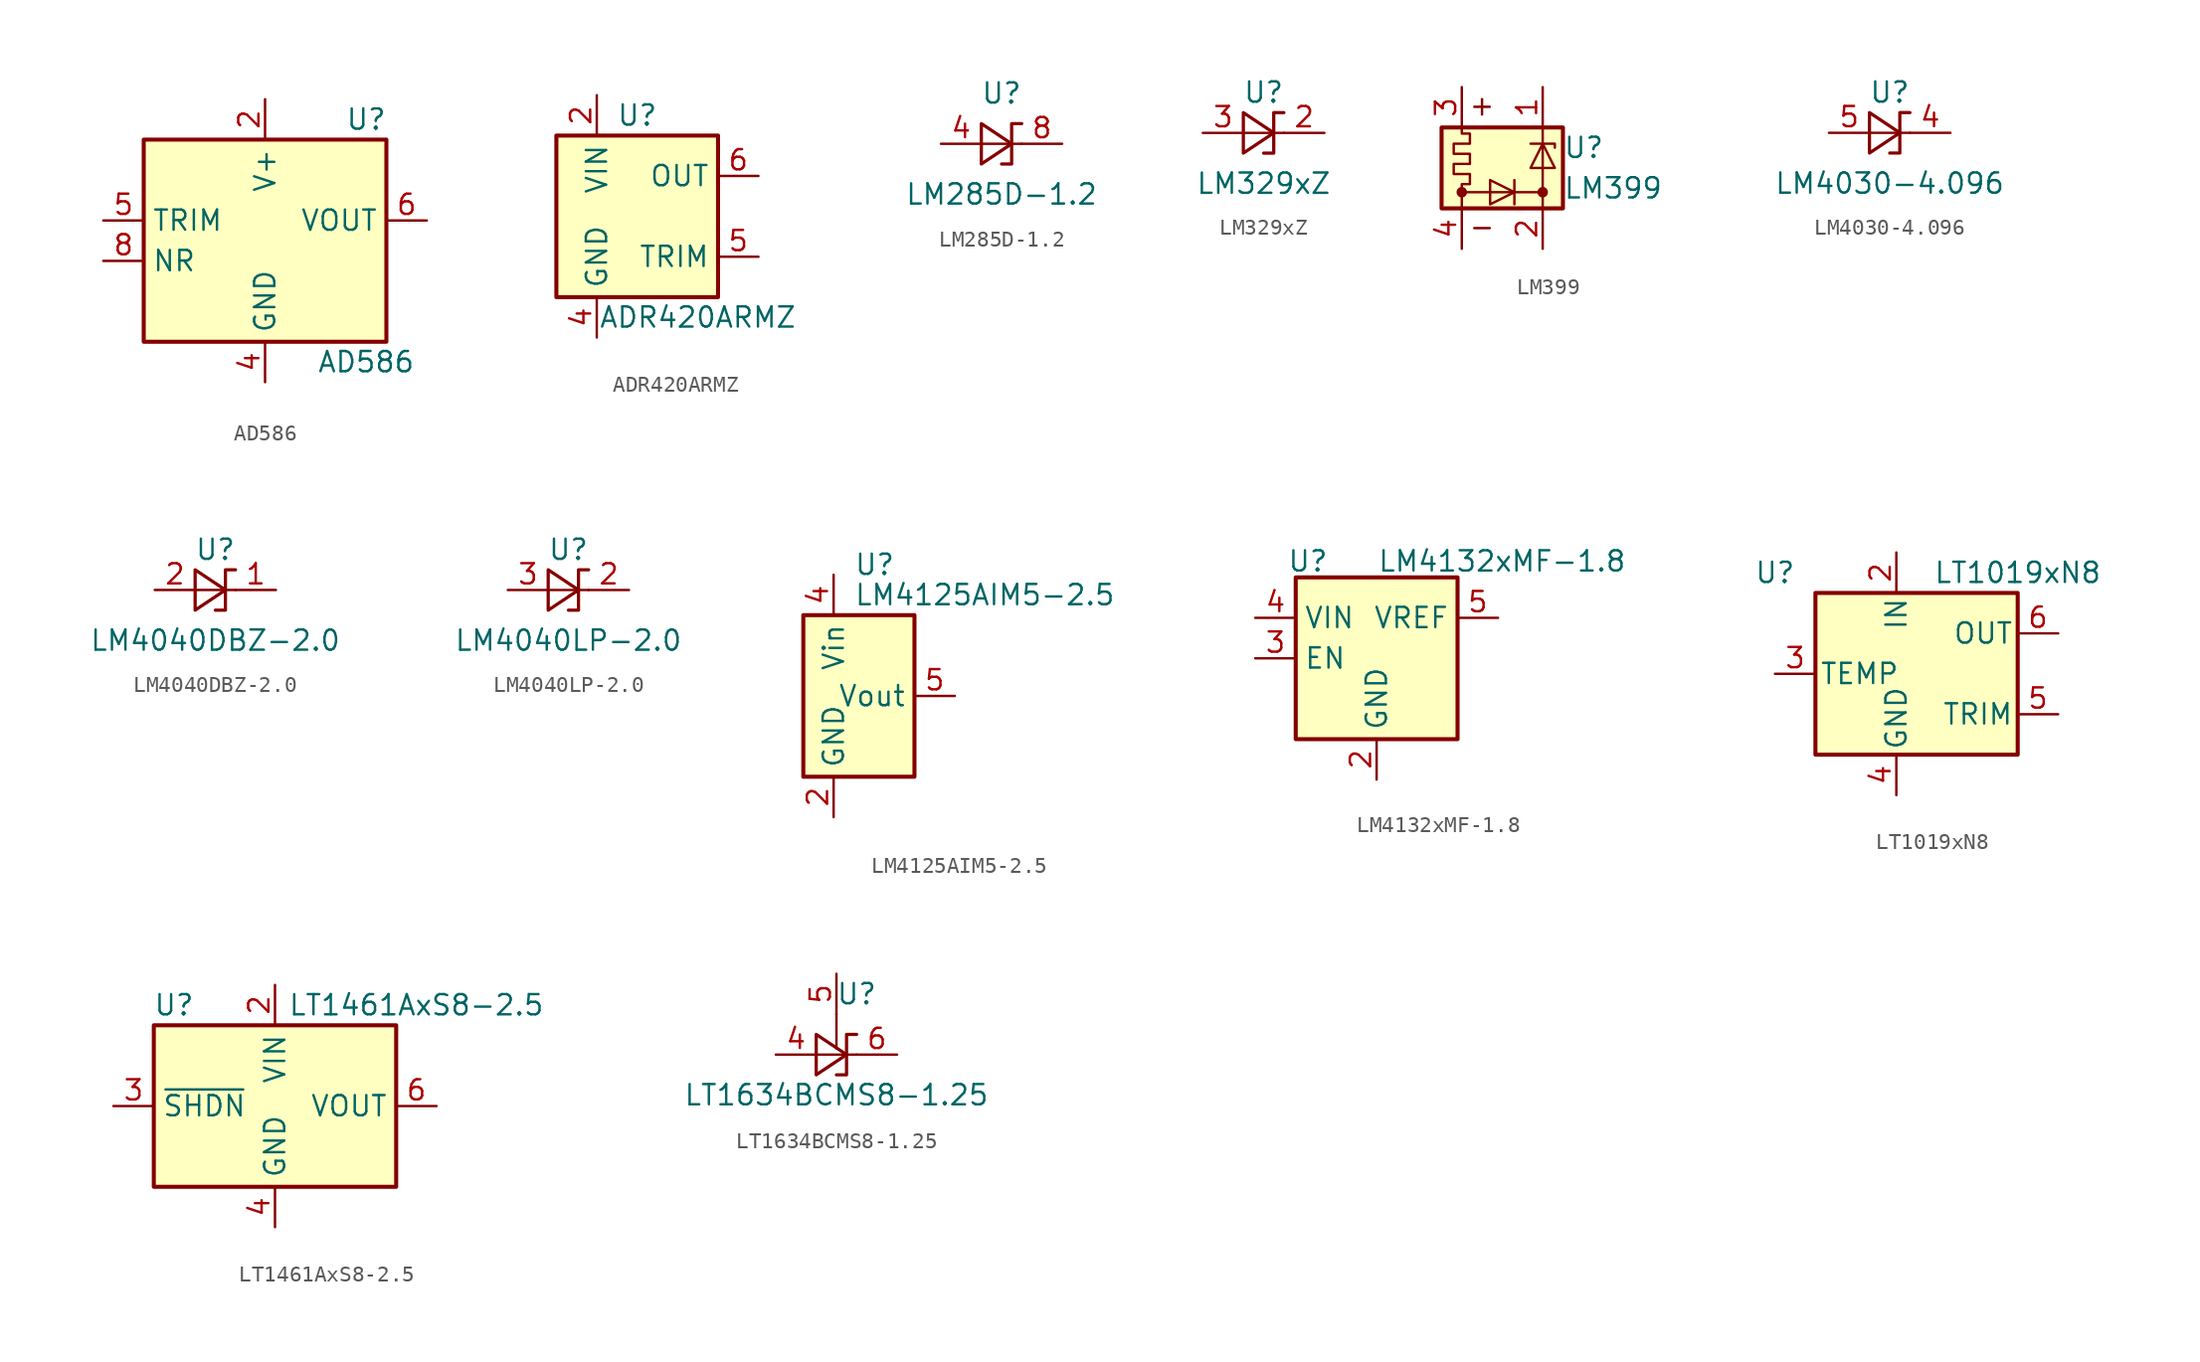
<source format=kicad_sym>
(kicad_symbol_lib
  (version 20220914)
  (generator kicad_symbol_editor)
  (symbol "AD586"
    (property "Reference" "U"
      (at 6.35 6.35 0)
      (effects (font (size 1.27 1.27))))
    (property "Value" "AD586"
      (at 6.35 -8.89 0)
      (effects (font (size 1.27 1.27))))
    (symbol "AD586_0_1"
      (rectangle (start -7.62 5.08) (end 7.62 -7.62) (stroke (width 0.254) (type default)) (fill (type background))))
    (symbol "AD586_1_1"
      (pin no_connect line (at -7.62 2.54 0) (length 2.54) hide (name "NC" (effects (font (size 1.27 1.27)))) (number "1" (effects (font (size 1.27 1.27)))))
      (pin power_in line (at 0 7.62 270) (length 2.54) (name "V+" (effects (font (size 1.27 1.27)))) (number "2" (effects (font (size 1.27 1.27)))))
      (pin no_connect line (at -7.62 -5.08 0) (length 2.54) hide (name "NC" (effects (font (size 1.27 1.27)))) (number "3" (effects (font (size 1.27 1.27)))))
      (pin power_in line (at 0 -10.16 90) (length 2.54) (name "GND" (effects (font (size 1.27 1.27)))) (number "4" (effects (font (size 1.27 1.27)))))
      (pin input line (at -10.16 0 0) (length 2.54) (name "TRIM" (effects (font (size 1.27 1.27)))) (number "5" (effects (font (size 1.27 1.27)))))
      (pin power_out line (at 10.16 0 180) (length 2.54) (name "VOUT" (effects (font (size 1.27 1.27)))) (number "6" (effects (font (size 1.27 1.27)))))
      (pin no_connect line (at 7.62 -5.08 180) (length 2.54) hide (name "NC" (effects (font (size 1.27 1.27)))) (number "7" (effects (font (size 1.27 1.27)))))
      (pin input line (at -10.16 -2.54 0) (length 2.54) (name "NR" (effects (font (size 1.27 1.27)))) (number "8" (effects (font (size 1.27 1.27)))))))
  (symbol "ADR420ARMZ"
    (property "Reference" "U"
      (at 0 6.35 0)
      (effects (font (size 1.27 1.27))))
    (property "Value" "ADR420ARMZ"
      (at 3.81 -6.35 0)
      (effects (font (size 1.27 1.27))))
    (symbol "ADR420ARMZ_0_1"
      (rectangle (start 5.08 -5.08) (end -5.08 5.08) (stroke (width 0.254) (type default)) (fill (type background)))
      (pin no_connect line (at -5.08 0 0) (length 2.54) hide (name "TP" (effects (font (size 1.27 1.27)))) (number "1" (effects (font (size 1.27 1.27)))))
      (pin power_in line (at -2.54 7.62 270) (length 2.54) (name "VIN" (effects (font (size 1.27 1.27)))) (number "2" (effects (font (size 1.27 1.27)))))
      (pin no_connect line (at 5.08 0 180) (length 2.54) hide (name "NC" (effects (font (size 1.27 1.27)))) (number "3" (effects (font (size 1.27 1.27)))))
      (pin power_in line (at -2.54 -7.62 90) (length 2.54) (name "GND" (effects (font (size 1.27 1.27)))) (number "4" (effects (font (size 1.27 1.27)))))
      (pin passive line (at 7.62 -2.54 180) (length 2.54) (name "TRIM" (effects (font (size 1.27 1.27)))) (number "5" (effects (font (size 1.27 1.27)))))
      (pin output line (at 7.62 2.54 180) (length 2.54) (name "OUT" (effects (font (size 1.27 1.27)))) (number "6" (effects (font (size 1.27 1.27)))))
      (pin no_connect line (at -5.08 2.54 0) (length 2.54) hide (name "NC" (effects (font (size 1.27 1.27)))) (number "7" (effects (font (size 1.27 1.27)))))
      (pin no_connect line (at -5.08 -2.54 0) (length 2.54) hide (name "TP" (effects (font (size 1.27 1.27)))) (number "8" (effects (font (size 1.27 1.27)))))))
  (symbol "LM285D-1.2"
    (pin_names
      (offset 0.025) hide)
    (property "Reference" "U"
      (at 0 3.175 0)
      (effects (font (size 1.27 1.27))))
    (property "Value" "LM285D-1.2"
      (at 0 -3.175 0)
      (effects (font (size 1.27 1.27))))
    (symbol "LM285D-1.2_0_1"
      (polyline (pts (xy -1.27 0) (xy 0 0) (xy 1.27 0)) (stroke (width 0) (type default)) (fill (type none)))
      (polyline (pts (xy -1.27 -1.27) (xy 0.635 0) (xy -1.27 1.27) (xy -1.27 -1.27)) (stroke (width 0.203) (type default)) (fill (type none)))
      (polyline (pts (xy 0 -1.27) (xy 0.635 -1.27) (xy 0.635 1.27) (xy 1.27 1.27)) (stroke (width 0.203) (type default)) (fill (type none))))
    (symbol "LM285D-1.2_1_1"
      (pin passive line (at -3.81 0 0) (length 2.54) (name "A" (effects (font (size 1.27 1.27)))) (number "4" (effects (font (size 1.27 1.27)))))
      (pin passive line (at 3.81 0 180) (length 2.54) (name "K" (effects (font (size 1.27 1.27)))) (number "8" (effects (font (size 1.27 1.27)))))))
  (symbol "LM329xZ"
    (pin_names
      (offset 0.025) hide)
    (property "Reference" "U"
      (at 0 2.54 0)
      (effects (font (size 1.27 1.27))))
    (property "Value" "LM329xZ"
      (at 0 -3.175 0)
      (effects (font (size 1.27 1.27))))
    (symbol "LM329xZ_0_1"
      (polyline (pts (xy -1.27 0) (xy 0 0) (xy 1.27 0)) (stroke (width 0) (type default)) (fill (type none)))
      (polyline (pts (xy -1.27 -1.27) (xy 0.635 0) (xy -1.27 1.27) (xy -1.27 -1.27)) (stroke (width 0.203) (type default)) (fill (type none)))
      (polyline (pts (xy 0 -1.27) (xy 0.635 -1.27) (xy 0.635 1.27) (xy 1.27 1.27)) (stroke (width 0.203) (type default)) (fill (type none))))
    (symbol "LM329xZ_1_1"
      (pin no_connect line (at 0 0 0) (length 2.54) hide (name "NC" (effects (font (size 1.27 1.27)))) (number "1" (effects (font (size 1.27 1.27)))))
      (pin passive line (at 3.81 0 180) (length 2.54) (name "K" (effects (font (size 1.27 1.27)))) (number "2" (effects (font (size 1.27 1.27)))))
      (pin passive line (at -3.81 0 0) (length 2.54) (name "A" (effects (font (size 1.27 1.27)))) (number "3" (effects (font (size 1.27 1.27)))))))
  (symbol "LM399"
    (pin_names
      (offset 1.016) hide)
    (property "Reference" "U"
      (at 3.81 1.27 0)
      (effects (font (size 1.27 1.27)) (justify left)))
    (property "Value" "LM399"
      (at 3.81 -1.27 0)
      (effects (font (size 1.27 1.27)) (justify left)))
    (symbol "LM399_0_0"
      (text "+" (at -1.27 3.937 0) (effects (font (size 1.27 1.27)))))
    (symbol "LM399_0_1"
      (rectangle (start -3.81 2.54) (end 3.81 -2.54) (stroke (width 0.254) (type default)) (fill (type background)))
      (circle (center -2.54 -1.524) (radius 0.254) (stroke (width 0) (type default)) (fill (type outline)))
      (polyline (pts (xy -2.54 -2.54) (xy -2.54 -1.016) (xy -2.032 -1.016) (xy -2.032 -0.381) (xy -3.048 -0.381) (xy -3.048 0.254) (xy -2.032 0.254) (xy -2.032 0.889) (xy -3.048 0.889) (xy -3.048 1.524) (xy -2.032 1.524) (xy -2.032 2.159) (xy -2.54 2.159) (xy -2.54 2.54)) (stroke (width 0) (type default)) (fill (type none)))
      (circle (center 2.54 -1.524) (radius 0.254) (stroke (width 0) (type default)) (fill (type outline))))
    (symbol "LM399_1_1"
      (polyline (pts (xy 2.54 -1.524) (xy -2.54 -1.524)) (stroke (width 0) (type default)) (fill (type none)))
      (polyline (pts (xy 2.54 2.54) (xy 2.54 -2.54)) (stroke (width 0) (type default)) (fill (type none)))
      (polyline (pts (xy 0.762 -0.762) (xy 0.762 -1.524) (xy 0.762 -2.286)) (stroke (width 0) (type default)) (fill (type none)))
      (polyline (pts (xy 1.778 1.524) (xy 3.302 1.524) (xy 3.302 1.27)) (stroke (width 0) (type default)) (fill (type none)))
      (polyline (pts (xy -0.762 -0.762) (xy -0.762 -2.286) (xy 0.762 -1.524) (xy -0.762 -0.762)) (stroke (width 0) (type default)) (fill (type none)))
      (polyline (pts (xy 1.778 0) (xy 3.302 0) (xy 2.54 1.524) (xy 1.778 0)) (stroke (width 0) (type default)) (fill (type none)))
      (text "-" (at -1.27 -3.683 0) (effects (font (size 1.27 1.27))))
      (pin passive line (at 2.54 5.08 270) (length 2.54) (name "~" (effects (font (size 1.27 1.27)))) (number "1" (effects (font (size 1.27 1.27)))))
      (pin passive line (at 2.54 -5.08 90) (length 2.54) (name "~" (effects (font (size 1.27 1.27)))) (number "2" (effects (font (size 1.27 1.27)))))
      (pin power_in line (at -2.54 5.08 270) (length 2.54) (name "~" (effects (font (size 1.27 1.27)))) (number "3" (effects (font (size 1.27 1.27)))))
      (pin power_in line (at -2.54 -5.08 90) (length 2.54) (name "~" (effects (font (size 1.27 1.27)))) (number "4" (effects (font (size 1.27 1.27)))))))
  (symbol "LM4030-4.096"
    (pin_names
      (offset 0.025) hide)
    (property "Reference" "U"
      (at 0 2.54 0)
      (effects (font (size 1.27 1.27))))
    (property "Value" "LM4030-4.096"
      (at 0 -3.175 0)
      (effects (font (size 1.27 1.27))))
    (symbol "LM4030-4.096_0_1"
      (polyline (pts (xy -1.27 0) (xy 0 0) (xy 1.27 0)) (stroke (width 0) (type default)) (fill (type none)))
      (polyline (pts (xy -1.27 -1.27) (xy 0.635 0) (xy -1.27 1.27) (xy -1.27 -1.27)) (stroke (width 0.203) (type default)) (fill (type none)))
      (polyline (pts (xy 0 -1.27) (xy 0.635 -1.27) (xy 0.635 1.27) (xy 1.27 1.27)) (stroke (width 0.203) (type default)) (fill (type none))))
    (symbol "LM4030-4.096_1_1"
      (pin passive line (at 3.81 0 180) (length 2.54) (name "K" (effects (font (size 1.27 1.27)))) (number "4" (effects (font (size 1.27 1.27)))))
      (pin passive line (at -3.81 0 0) (length 2.54) (name "A" (effects (font (size 1.27 1.27)))) (number "5" (effects (font (size 1.27 1.27)))))))
  (symbol "LM4040DBZ-2.0"
    (pin_names
      (offset 0.025) hide)
    (property "Reference" "U"
      (at 0 2.54 0)
      (effects (font (size 1.27 1.27))))
    (property "Value" "LM4040DBZ-2.0"
      (at 0 -3.175 0)
      (effects (font (size 1.27 1.27))))
    (symbol "LM4040DBZ-2.0_0_1"
      (polyline (pts (xy -1.27 0) (xy 0 0) (xy 1.27 0)) (stroke (width 0) (type default)) (fill (type none)))
      (polyline (pts (xy -1.27 -1.27) (xy 0.635 0) (xy -1.27 1.27) (xy -1.27 -1.27)) (stroke (width 0.203) (type default)) (fill (type none)))
      (polyline (pts (xy 0 -1.27) (xy 0.635 -1.27) (xy 0.635 1.27) (xy 1.27 1.27)) (stroke (width 0.203) (type default)) (fill (type none))))
    (symbol "LM4040DBZ-2.0_1_1"
      (pin passive line (at 3.81 0 180) (length 2.54) (name "K" (effects (font (size 1.27 1.27)))) (number "1" (effects (font (size 1.27 1.27)))))
      (pin passive line (at -3.81 0 0) (length 2.54) (name "A" (effects (font (size 1.27 1.27)))) (number "2" (effects (font (size 1.27 1.27)))))))
  (symbol "LM4040LP-2.0"
    (pin_names
      (offset 0.025) hide)
    (property "Reference" "U"
      (at 0 2.54 0)
      (effects (font (size 1.27 1.27))))
    (property "Value" "LM4040LP-2.0"
      (at 0 -3.175 0)
      (effects (font (size 1.27 1.27))))
    (symbol "LM4040LP-2.0_0_1"
      (polyline (pts (xy -1.27 0) (xy 0 0) (xy 1.27 0)) (stroke (width 0) (type default)) (fill (type none)))
      (polyline (pts (xy -1.27 -1.27) (xy 0.635 0) (xy -1.27 1.27) (xy -1.27 -1.27)) (stroke (width 0.203) (type default)) (fill (type none)))
      (polyline (pts (xy 0 -1.27) (xy 0.635 -1.27) (xy 0.635 1.27) (xy 1.27 1.27)) (stroke (width 0.203) (type default)) (fill (type none))))
    (symbol "LM4040LP-2.0_1_1"
      (pin passive line (at 3.81 0 180) (length 2.54) (name "K" (effects (font (size 1.27 1.27)))) (number "2" (effects (font (size 1.27 1.27)))))
      (pin passive line (at -3.81 0 0) (length 2.54) (name "A" (effects (font (size 1.27 1.27)))) (number "3" (effects (font (size 1.27 1.27)))))))
  (symbol "LM4125AIM5-2.5"
    (property "Reference" "U"
      (at 1.27 8.255 0)
      (effects (font (size 1.27 1.27)) (justify left)))
    (property "Value" "LM4125AIM5-2.5"
      (at 1.27 6.35 0)
      (effects (font (size 1.27 1.27)) (justify left)))
    (symbol "LM4125AIM5-2.5_0_1"
      (rectangle (start -1.905 5.08) (end 5.08 -5.08) (stroke (width 0.254) (type default)) (fill (type background))))
    (symbol "LM4125AIM5-2.5_1_1"
      (pin no_connect line (at 2.54 -5.08 90) (length 2.54) hide (name "NC" (effects (font (size 1.27 1.27)))) (number "1" (effects (font (size 1.27 1.27)))))
      (pin power_in line (at 0 -7.62 90) (length 2.54) (name "GND" (effects (font (size 1.27 1.27)))) (number "2" (effects (font (size 1.27 1.27)))))
      (pin no_connect line (at 5.08 -5.08 90) (length 2.54) hide (name "NC" (effects (font (size 1.27 1.27)))) (number "3" (effects (font (size 1.27 1.27)))))
      (pin power_in line (at 0 7.62 270) (length 2.54) (name "Vin" (effects (font (size 1.27 1.27)))) (number "4" (effects (font (size 1.27 1.27)))))
      (pin power_out line (at 7.62 0 180) (length 2.54) (name "Vout" (effects (font (size 1.27 1.27)))) (number "5" (effects (font (size 1.27 1.27)))))))
  (symbol "LM4132xMF-1.8"
    (property "Reference" "U"
      (at -4.318 6.096 0)
      (effects (font (size 1.27 1.27))))
    (property "Value" "LM4132xMF-1.8"
      (at 7.874 6.096 0)
      (effects (font (size 1.27 1.27))))
    (symbol "LM4132xMF-1.8_0_1"
      (rectangle (start -5.08 5.08) (end 5.08 -5.08) (stroke (width 0.254) (type default)) (fill (type background))))
    (symbol "LM4132xMF-1.8_1_1"
      (pin no_connect line (at 5.08 0 180) (length 2.54) hide (name "NC" (effects (font (size 1.27 1.27)))) (number "1" (effects (font (size 1.27 1.27)))))
      (pin power_in line (at 0 -7.62 90) (length 2.54) (name "GND" (effects (font (size 1.27 1.27)))) (number "2" (effects (font (size 1.27 1.27)))))
      (pin input line (at -7.62 0 0) (length 2.54) (name "EN" (effects (font (size 1.27 1.27)))) (number "3" (effects (font (size 1.27 1.27)))))
      (pin power_in line (at -7.62 2.54 0) (length 2.54) (name "VIN" (effects (font (size 1.27 1.27)))) (number "4" (effects (font (size 1.27 1.27)))))
      (pin power_out line (at 7.62 2.54 180) (length 2.54) (name "VREF" (effects (font (size 1.27 1.27)))) (number "5" (effects (font (size 1.27 1.27)))))))
  (symbol "LT1019xN8"
    (pin_names
      (offset 0.254))
    (property "Reference" "U"
      (at -7.62 6.35 0)
      (effects (font (size 1.27 1.27))))
    (property "Value" "LT1019xN8"
      (at 7.62 6.35 0)
      (effects (font (size 1.27 1.27))))
    (symbol "LT1019xN8_0_1"
      (rectangle (start 7.62 5.08) (end -5.08 -5.08) (stroke (width 0.254) (type default)) (fill (type background))))
    (symbol "LT1019xN8_1_0"
      (pin no_connect line (at -5.08 2.54 0) (length 2.54) hide (name "DNC" (effects (font (size 1.27 1.27)))) (number "1" (effects (font (size 1.27 1.27)))))
      (pin power_in line (at 0 7.62 270) (length 2.54) (name "IN" (effects (font (size 1.27 1.27)))) (number "2" (effects (font (size 1.27 1.27)))))
      (pin passive line (at -7.62 0 0) (length 2.54) (name "TEMP" (effects (font (size 1.27 1.27)))) (number "3" (effects (font (size 1.27 1.27)))))
      (pin power_in line (at 0 -7.62 90) (length 2.54) (name "GND" (effects (font (size 1.27 1.27)))) (number "4" (effects (font (size 1.27 1.27)))))
      (pin passive line (at 10.16 -2.54 180) (length 2.54) (name "TRIM" (effects (font (size 1.27 1.27)))) (number "5" (effects (font (size 1.27 1.27)))))
      (pin power_out line (at 10.16 2.54 180) (length 2.54) (name "OUT" (effects (font (size 1.27 1.27)))) (number "6" (effects (font (size 1.27 1.27)))))
      (pin no_connect line (at 7.62 0 180) (length 2.54) hide (name "DNC" (effects (font (size 1.27 1.27)))) (number "7" (effects (font (size 1.27 1.27)))))
      (pin no_connect line (at -5.08 -2.54 0) (length 2.54) hide (name "DNC" (effects (font (size 1.27 1.27)))) (number "8" (effects (font (size 1.27 1.27)))))))
  (symbol "LT1461AxS8-2.5"
    (property "Reference" "U"
      (at -6.35 6.35 0)
      (effects (font (size 1.27 1.27))))
    (property "Value" "LT1461AxS8-2.5"
      (at 8.89 6.35 0)
      (effects (font (size 1.27 1.27))))
    (symbol "LT1461AxS8-2.5_1_1"
      (rectangle (start -7.62 5.08) (end 7.62 -5.08) (stroke (width 0.254) (type default)) (fill (type background)))
      (pin no_connect line (at 7.62 -2.54 180) (length 2.54) hide (name "DNC" (effects (font (size 1.27 1.27)))) (number "1" (effects (font (size 1.27 1.27)))))
      (pin power_in line (at 0 7.62 270) (length 2.54) (name "VIN" (effects (font (size 1.27 1.27)))) (number "2" (effects (font (size 1.27 1.27)))))
      (pin input line (at -10.16 0 0) (length 2.54) (name "~{SHDN}" (effects (font (size 1.27 1.27)))) (number "3" (effects (font (size 1.27 1.27)))))
      (pin power_in line (at 0 -7.62 90) (length 2.54) (name "GND" (effects (font (size 1.27 1.27)))) (number "4" (effects (font (size 1.27 1.27)))))
      (pin no_connect line (at -7.62 -2.54 0) (length 2.54) hide (name "DNC" (effects (font (size 1.27 1.27)))) (number "5" (effects (font (size 1.27 1.27)))))
      (pin power_out line (at 10.16 0 180) (length 2.54) (name "VOUT" (effects (font (size 1.27 1.27)))) (number "6" (effects (font (size 1.27 1.27)))))
      (pin no_connect line (at -7.62 2.54 0) (length 2.54) hide (name "DNC" (effects (font (size 1.27 1.27)))) (number "7" (effects (font (size 1.27 1.27)))))
      (pin no_connect line (at 7.62 2.54 180) (length 2.54) hide (name "DNC" (effects (font (size 1.27 1.27)))) (number "8" (effects (font (size 1.27 1.27)))))))
  (symbol "LT1634BCMS8-1.25"
    (pin_names
      (offset 0.254) hide)
    (property "Reference" "U"
      (at 1.27 3.81 0)
      (effects (font (size 1.27 1.27))))
    (property "Value" "LT1634BCMS8-1.25"
      (at 0 -2.54 0)
      (effects (font (size 1.27 1.27))))
    (symbol "LT1634BCMS8-1.25_1_1"
      (polyline (pts (xy 0 2.54) (xy 0 0.381)) (stroke (width 0) (type default)) (fill (type none)))
      (polyline (pts (xy -1.27 0) (xy 0 0) (xy 1.27 0)) (stroke (width 0) (type default)) (fill (type none)))
      (polyline (pts (xy -1.27 -1.27) (xy 0.635 0) (xy -1.27 1.27) (xy -1.27 -1.27)) (stroke (width 0.203) (type default)) (fill (type none)))
      (polyline (pts (xy 0 -1.27) (xy 0.635 -1.27) (xy 0.635 1.27) (xy 1.27 1.27)) (stroke (width 0.203) (type default)) (fill (type none)))
      (pin passive line (at -3.81 0 0) (length 2.54) (name "A" (effects (font (size 1.27 1.27)))) (number "4" (effects (font (size 1.27 1.27)))))
      (pin input line (at 0 5.08 270) (length 2.54) (name "Test" (effects (font (size 1.27 1.27)))) (number "5" (effects (font (size 1.27 1.27)))))
      (pin passive line (at 3.81 0 180) (length 2.54) (name "K" (effects (font (size 1.27 1.27)))) (number "6" (effects (font (size 1.27 1.27))))))))
</source>
